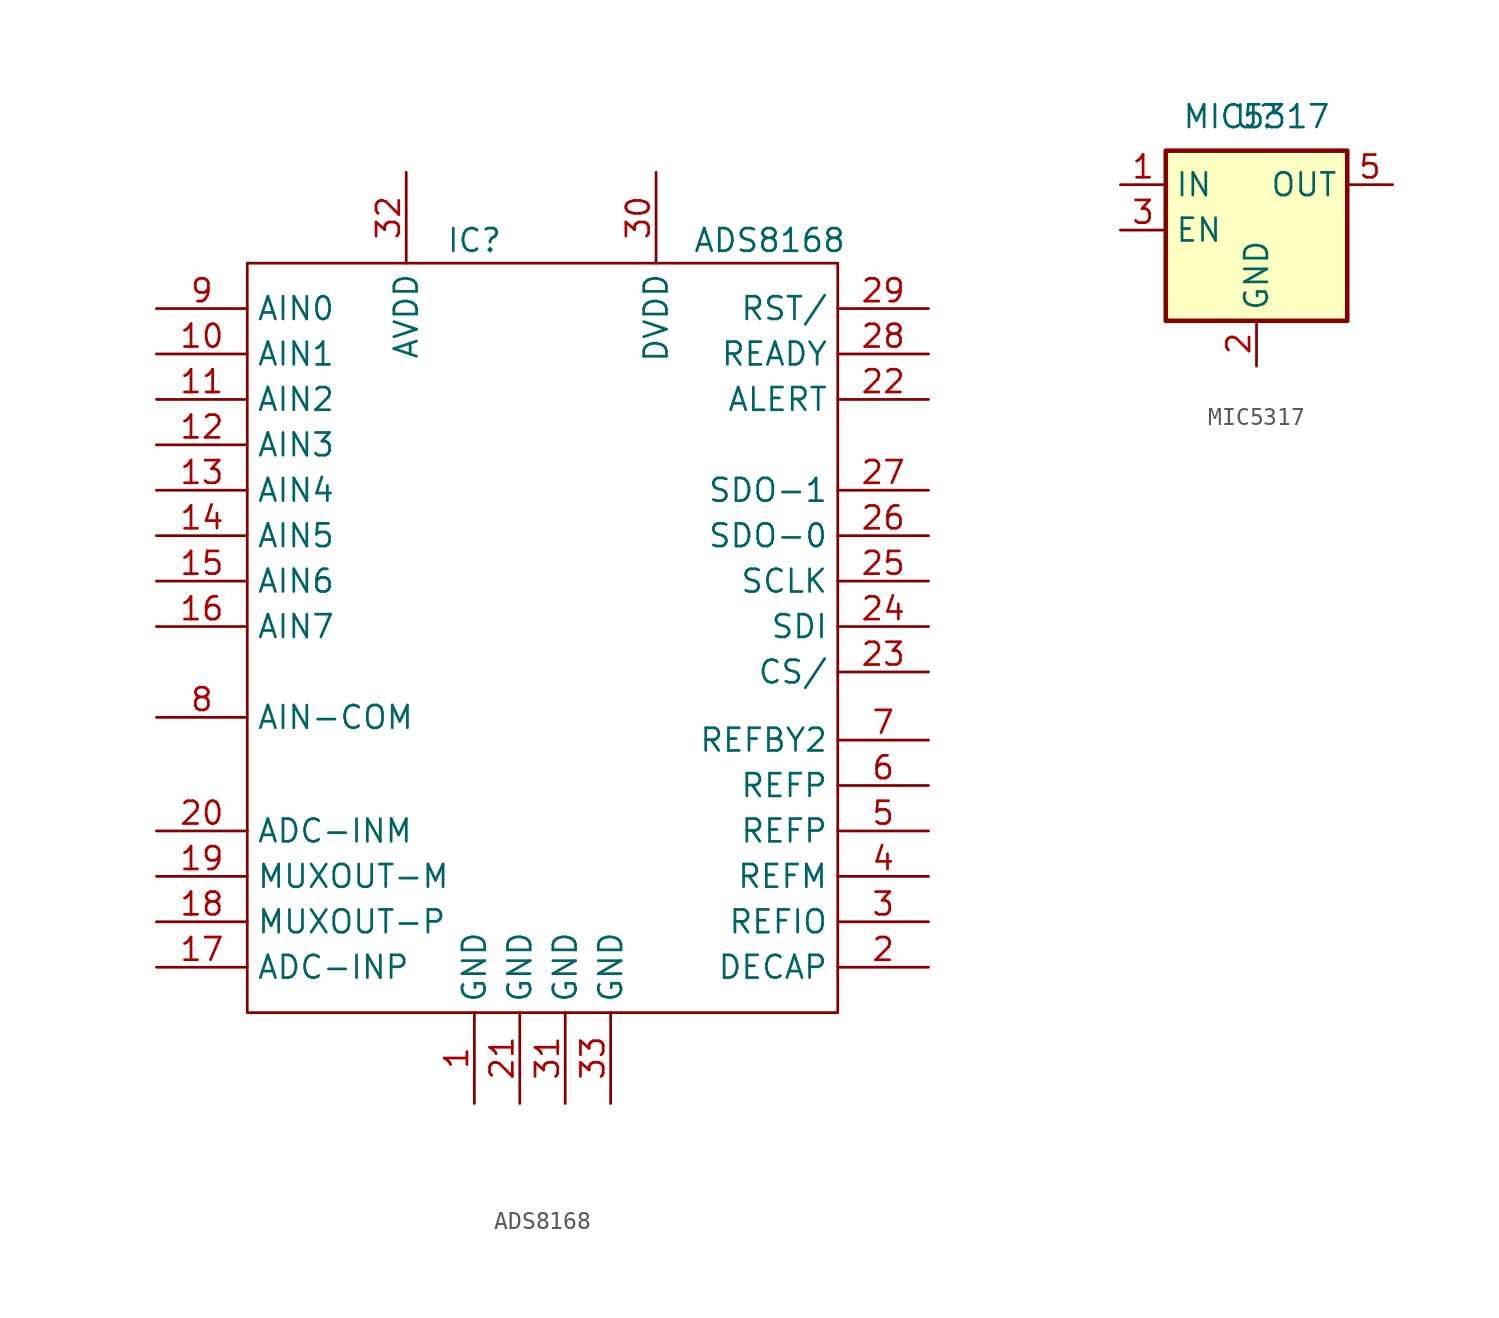
<source format=kicad_sym>
(kicad_symbol_lib
  (version 20211014)
  (generator kicad_symbol_editor)
  (symbol "ADS8168"
    (property "Reference" "IC"
      (at -5.08 -7.62 0)
      (effects (font (size 1.27 1.27))))
    (property "Value" "ADS8168"
      (at 11.43 -7.62 0)
      (effects (font (size 1.27 1.27))))
    (symbol "ADS8168_0_1"
      (rectangle (start -17.78 -8.89) (end 15.24 -50.8) (stroke (width 0.152) (type default) (color 0 0 0 0)) (fill (type none))))
    (symbol "ADS8168_1_1"
      (pin power_in line (at -5.08 -55.88 90) (length 5.08) (name "GND" (effects (font (size 1.27 1.27)))) (number "1" (effects (font (size 1.27 1.27)))))
      (pin input line (at -22.86 -13.97 0) (length 5.08) (name "AIN1" (effects (font (size 1.27 1.27)))) (number "10" (effects (font (size 1.27 1.27)))))
      (pin input line (at -22.86 -16.51 0) (length 5.08) (name "AIN2" (effects (font (size 1.27 1.27)))) (number "11" (effects (font (size 1.27 1.27)))))
      (pin input line (at -22.86 -19.05 0) (length 5.08) (name "AIN3" (effects (font (size 1.27 1.27)))) (number "12" (effects (font (size 1.27 1.27)))))
      (pin input line (at -22.86 -21.59 0) (length 5.08) (name "AIN4" (effects (font (size 1.27 1.27)))) (number "13" (effects (font (size 1.27 1.27)))))
      (pin input line (at -22.86 -24.13 0) (length 5.08) (name "AIN5" (effects (font (size 1.27 1.27)))) (number "14" (effects (font (size 1.27 1.27)))))
      (pin input line (at -22.86 -26.67 0) (length 5.08) (name "AIN6" (effects (font (size 1.27 1.27)))) (number "15" (effects (font (size 1.27 1.27)))))
      (pin input line (at -22.86 -29.21 0) (length 5.08) (name "AIN7" (effects (font (size 1.27 1.27)))) (number "16" (effects (font (size 1.27 1.27)))))
      (pin input line (at -22.86 -48.26 0) (length 5.08) (name "ADC-INP" (effects (font (size 1.27 1.27)))) (number "17" (effects (font (size 1.27 1.27)))))
      (pin input line (at -22.86 -45.72 0) (length 5.08) (name "MUXOUT-P" (effects (font (size 1.27 1.27)))) (number "18" (effects (font (size 1.27 1.27)))))
      (pin input line (at -22.86 -43.18 0) (length 5.08) (name "MUXOUT-M" (effects (font (size 1.27 1.27)))) (number "19" (effects (font (size 1.27 1.27)))))
      (pin output line (at 20.32 -48.26 180) (length 5.08) (name "DECAP" (effects (font (size 1.27 1.27)))) (number "2" (effects (font (size 1.27 1.27)))))
      (pin input line (at -22.86 -40.64 0) (length 5.08) (name "ADC-INM" (effects (font (size 1.27 1.27)))) (number "20" (effects (font (size 1.27 1.27)))))
      (pin power_in line (at -2.54 -55.88 90) (length 5.08) (name "GND" (effects (font (size 1.27 1.27)))) (number "21" (effects (font (size 1.27 1.27)))))
      (pin output line (at 20.32 -16.51 180) (length 5.08) (name "ALERT" (effects (font (size 1.27 1.27)))) (number "22" (effects (font (size 1.27 1.27)))))
      (pin input line (at 20.32 -31.75 180) (length 5.08) (name "CS/" (effects (font (size 1.27 1.27)))) (number "23" (effects (font (size 1.27 1.27)))))
      (pin input line (at 20.32 -29.21 180) (length 5.08) (name "SDI" (effects (font (size 1.27 1.27)))) (number "24" (effects (font (size 1.27 1.27)))))
      (pin input line (at 20.32 -26.67 180) (length 5.08) (name "SCLK" (effects (font (size 1.27 1.27)))) (number "25" (effects (font (size 1.27 1.27)))))
      (pin output line (at 20.32 -24.13 180) (length 5.08) (name "SDO-0" (effects (font (size 1.27 1.27)))) (number "26" (effects (font (size 1.27 1.27)))))
      (pin output line (at 20.32 -21.59 180) (length 5.08) (name "SDO-1" (effects (font (size 1.27 1.27)))) (number "27" (effects (font (size 1.27 1.27)))))
      (pin output line (at 20.32 -13.97 180) (length 5.08) (name "READY" (effects (font (size 1.27 1.27)))) (number "28" (effects (font (size 1.27 1.27)))))
      (pin input line (at 20.32 -11.43 180) (length 5.08) (name "RST/" (effects (font (size 1.27 1.27)))) (number "29" (effects (font (size 1.27 1.27)))))
      (pin output line (at 20.32 -45.72 180) (length 5.08) (name "REFIO" (effects (font (size 1.27 1.27)))) (number "3" (effects (font (size 1.27 1.27)))))
      (pin power_in line (at 5.08 -3.81 270) (length 5.08) (name "DVDD" (effects (font (size 1.27 1.27)))) (number "30" (effects (font (size 1.27 1.27)))))
      (pin power_in line (at 0 -55.88 90) (length 5.08) (name "GND" (effects (font (size 1.27 1.27)))) (number "31" (effects (font (size 1.27 1.27)))))
      (pin power_in line (at -8.89 -3.81 270) (length 5.08) (name "AVDD" (effects (font (size 1.27 1.27)))) (number "32" (effects (font (size 1.27 1.27)))))
      (pin power_in line (at 2.54 -55.88 90) (length 5.08) (name "GND" (effects (font (size 1.27 1.27)))) (number "33" (effects (font (size 1.27 1.27)))))
      (pin output line (at 20.32 -43.18 180) (length 5.08) (name "REFM" (effects (font (size 1.27 1.27)))) (number "4" (effects (font (size 1.27 1.27)))))
      (pin output line (at 20.32 -40.64 180) (length 5.08) (name "REFP" (effects (font (size 1.27 1.27)))) (number "5" (effects (font (size 1.27 1.27)))))
      (pin output line (at 20.32 -38.1 180) (length 5.08) (name "REFP" (effects (font (size 1.27 1.27)))) (number "6" (effects (font (size 1.27 1.27)))))
      (pin output line (at 20.32 -35.56 180) (length 5.08) (name "REFBY2" (effects (font (size 1.27 1.27)))) (number "7" (effects (font (size 1.27 1.27)))))
      (pin input line (at -22.86 -34.29 0) (length 5.08) (name "AIN-COM" (effects (font (size 1.27 1.27)))) (number "8" (effects (font (size 1.27 1.27)))))
      (pin input line (at -22.86 -11.43 0) (length 5.08) (name "AIN0" (effects (font (size 1.27 1.27)))) (number "9" (effects (font (size 1.27 1.27)))))))
  (symbol "MIC5317"
    (property "Reference" "U"
      (at 0 0 0)
      (effects (font (size 1.27 1.27))))
    (property "Value" "MIC5317"
      (at 0 0 0)
      (effects (font (size 1.27 1.27))))
    (symbol "MIC5317_0_1"
      (rectangle (start -5.08 -1.905) (end 5.08 -11.43) (stroke (width 0.254) (type default) (color 0 0 0 0)) (fill (type background))))
    (symbol "MIC5317_1_1"
      (pin power_in line (at -7.62 -3.81 0) (length 2.54) (name "IN" (effects (font (size 1.27 1.27)))) (number "1" (effects (font (size 1.27 1.27)))))
      (pin power_in line (at 0 -13.97 90) (length 2.54) (name "GND" (effects (font (size 1.27 1.27)))) (number "2" (effects (font (size 1.27 1.27)))))
      (pin input line (at -7.62 -6.35 0) (length 2.54) (name "EN" (effects (font (size 1.27 1.27)))) (number "3" (effects (font (size 1.27 1.27)))))
      (pin power_out line (at 7.62 -3.81 180) (length 2.54) (name "OUT" (effects (font (size 1.27 1.27)))) (number "5" (effects (font (size 1.27 1.27))))))))
</source>
